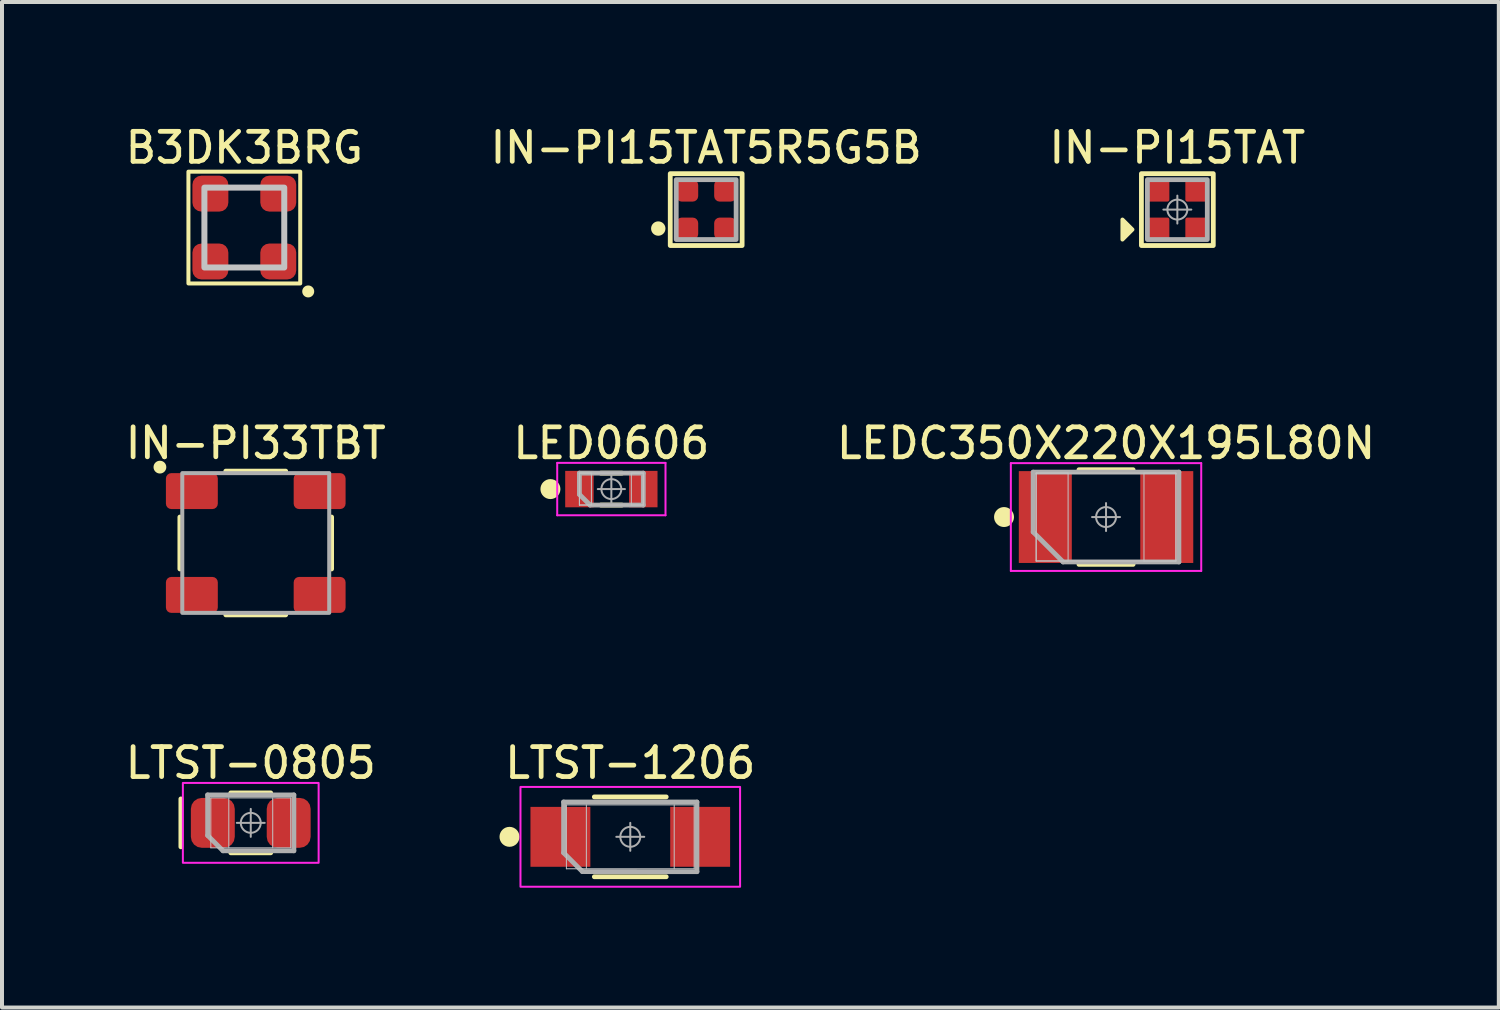
<source format=kicad_pcb>
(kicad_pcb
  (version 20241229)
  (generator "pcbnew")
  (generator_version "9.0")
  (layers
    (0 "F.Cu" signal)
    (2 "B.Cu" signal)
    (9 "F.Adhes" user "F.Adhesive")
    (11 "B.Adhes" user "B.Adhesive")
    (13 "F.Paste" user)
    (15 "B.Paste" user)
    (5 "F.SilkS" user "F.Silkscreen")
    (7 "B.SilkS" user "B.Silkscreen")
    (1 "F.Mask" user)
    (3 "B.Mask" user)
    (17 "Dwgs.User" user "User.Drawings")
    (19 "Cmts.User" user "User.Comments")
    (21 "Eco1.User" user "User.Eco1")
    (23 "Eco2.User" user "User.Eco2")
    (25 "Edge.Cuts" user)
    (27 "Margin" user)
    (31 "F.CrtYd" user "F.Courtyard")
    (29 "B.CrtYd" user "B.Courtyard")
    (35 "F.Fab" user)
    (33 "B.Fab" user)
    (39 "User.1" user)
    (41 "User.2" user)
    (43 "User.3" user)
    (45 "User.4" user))
  (footprint "LED0606"
    (layer "F.Cu")
    (at 12.261 9.199)
    (property "Reference" "LED0606" (at 0 -1.15 0) (layer "F.SilkS") (effects (font (size 0.75 0.75) (thickness 0.12))))
    (attr smd)
    (fp_line (start -0.264 -0.4) (end 0.264 -0.4) (stroke (width 0.12) (type solid)) (layer "F.SilkS"))
    (fp_line (start -0.264 0.4) (end 0.264 0.4) (stroke (width 0.12) (type solid)) (layer "F.SilkS"))
    (fp_circle (center -1.526 0) (end -1.526 0.125) (stroke (width 0.25) (type solid)) (fill no) (layer "F.SilkS"))
    (fp_line (start -0.8 -0.4) (end -0.5 -0.4) (stroke (width 0.025) (type solid)) (layer "Dwgs.User"))
    (fp_line (start -0.8 -0.4) (end 0.8 -0.4) (stroke (width 0.025) (type solid)) (layer "Dwgs.User"))
    (fp_line (start -0.8 0.4) (end -0.8 -0.4) (stroke (width 0.025) (type solid)) (layer "Dwgs.User"))
    (fp_line (start -0.8 0.4) (end -0.8 -0.4) (stroke (width 0.025) (type solid)) (layer "Dwgs.User"))
    (fp_line (start -0.5 -0.4) (end -0.5 0.4) (stroke (width 0.025) (type solid)) (layer "Dwgs.User"))
    (fp_line (start -0.5 0.4) (end -0.8 0.4) (stroke (width 0.025) (type solid)) (layer "Dwgs.User"))
    (fp_line (start 0.5 -0.4) (end 0.8 -0.4) (stroke (width 0.025) (type solid)) (layer "Dwgs.User"))
    (fp_line (start 0.5 0.4) (end 0.5 -0.4) (stroke (width 0.025) (type solid)) (layer "Dwgs.User"))
    (fp_line (start 0.8 -0.4) (end 0.8 0.4) (stroke (width 0.025) (type solid)) (layer "Dwgs.User"))
    (fp_line (start 0.8 -0.4) (end 0.8 0.4) (stroke (width 0.025) (type solid)) (layer "Dwgs.User"))
    (fp_line (start 0.8 0.4) (end -0.8 0.4) (stroke (width 0.025) (type solid)) (layer "Dwgs.User"))
    (fp_line (start 0.8 0.4) (end 0.5 0.4) (stroke (width 0.025) (type solid)) (layer "Dwgs.User"))
    (fp_line (start -1.356 -0.656) (end 1.356 -0.656) (stroke (width 0.05) (type solid)) (layer "F.CrtYd"))
    (fp_line (start -1.356 0.656) (end -1.356 -0.656) (stroke (width 0.05) (type solid)) (layer "F.CrtYd"))
    (fp_line (start 1.356 -0.656) (end 1.356 0.656) (stroke (width 0.05) (type solid)) (layer "F.CrtYd"))
    (fp_line (start 1.356 0.656) (end -1.356 0.656) (stroke (width 0.05) (type solid)) (layer "F.CrtYd"))
    (fp_line (start -0.8 -0.4) (end -0.8 0.133) (stroke (width 0.12) (type solid)) (layer "F.Fab"))
    (fp_line (start -0.8 0.133) (end -0.533 0.4) (stroke (width 0.12) (type solid)) (layer "F.Fab"))
    (fp_line (start -0.533 0.4) (end 0.8 0.4) (stroke (width 0.12) (type solid)) (layer "F.Fab"))
    (fp_line (start 0 -0.34) (end 0 0.34) (stroke (width 0.05) (type solid)) (layer "F.Fab"))
    (fp_line (start 0.34 0) (end -0.34 0) (stroke (width 0.05) (type solid)) (layer "F.Fab"))
    (fp_line (start 0.8 -0.4) (end -0.8 -0.4) (stroke (width 0.12) (type solid)) (layer "F.Fab"))
    (fp_line (start 0.8 0.4) (end 0.8 -0.4) (stroke (width 0.12) (type solid)) (layer "F.Fab"))
    (fp_circle (center 0 0) (end 0.25 0) (stroke (width 0.05) (type solid)) (fill no) (layer "F.Fab"))
    (pad "1" smd rect (at -0.8 0) (size 0.712 0.912) (layers "F.Cu" "F.Mask" "F.Paste"))
    (pad "2" smd rect (at 0.8 0) (size 0.712 0.912) (layers "F.Cu" "F.Mask" "F.Paste")))
  (footprint "LTST-1206"
    (layer "F.Cu")
    (at 12.735 17.908)
    (property "Reference" "LTST-1206" (at 0 -1.85 0) (layer "F.SilkS") (effects (font (size 0.75 0.75) (thickness 0.12))))
    (attr smd)
    (fp_line (start -0.9 -1) (end 0.9 -1) (stroke (width 0.12) (type solid)) (layer "F.SilkS"))
    (fp_line (start -0.9 1) (end 0.9 1) (stroke (width 0.12) (type solid)) (layer "F.SilkS"))
    (fp_circle (center -3.025 0) (end -3.025 0.125) (stroke (width 0.25) (type solid)) (fill no) (layer "F.SilkS"))
    (fp_line (start -1.6 -0.8) (end -1.6 0.8) (stroke (width 0.025) (type solid)) (layer "Dwgs.User"))
    (fp_line (start -1.6 -0.8) (end 1.6 -0.8) (stroke (width 0.025) (type solid)) (layer "Dwgs.User"))
    (fp_line (start -1.1 -0.8) (end -1.1 0.8) (stroke (width 0.025) (type solid)) (layer "Dwgs.User"))
    (fp_line (start 1.1 0.8) (end 1.1 -0.8) (stroke (width 0.025) (type solid)) (layer "Dwgs.User"))
    (fp_line (start 1.6 -0.8) (end 1.6 0.8) (stroke (width 0.025) (type solid)) (layer "Dwgs.User"))
    (fp_line (start 1.6 0.8) (end -1.6 0.8) (stroke (width 0.025) (type solid)) (layer "Dwgs.User"))
    (fp_rect (start -2.75 -1.25) (end 2.75 1.25) (stroke (width 0.05) (type default)) (fill no) (layer "F.CrtYd"))
    (fp_line (start -1.67 -0.873) (end -1.67 0.4) (stroke (width 0.12) (type solid)) (layer "F.Fab"))
    (fp_line (start -1.67 0.4) (end -1.2 0.87) (stroke (width 0.12) (type solid)) (layer "F.Fab"))
    (fp_line (start -1.2 0.87) (end 1.67 0.873) (stroke (width 0.12) (type solid)) (layer "F.Fab"))
    (fp_line (start 0 -0.35) (end 0 0.35) (stroke (width 0.05) (type solid)) (layer "F.Fab"))
    (fp_line (start 0.35 0) (end -0.35 0) (stroke (width 0.05) (type solid)) (layer "F.Fab"))
    (fp_line (start 1.67 -0.873) (end -1.67 -0.873) (stroke (width 0.12) (type solid)) (layer "F.Fab"))
    (fp_line (start 1.67 0.873) (end 1.67 -0.87) (stroke (width 0.12) (type solid)) (layer "F.Fab"))
    (fp_circle (center 0 0) (end 0.25 0) (stroke (width 0.05) (type solid)) (fill no) (layer "F.Fab"))
    (pad "1" smd rect (at -1.75 0) (size 1.5 1.5) (layers "F.Cu" "F.Mask" "F.Paste"))
    (pad "2" smd rect (at 1.75 0) (size 1.5 1.5) (layers "F.Cu" "F.Mask" "F.Paste")))
  (footprint "IN-PI33TBT"
    (layer "F.Cu")
    (at 3.355 10.549)
    (property "Reference" "IN-PI33TBT" (at 0 -2.5 0) (unlocked yes) (layer "F.SilkS") (effects (font (size 0.75 0.75) (thickness 0.12))))
    (attr smd)
    (fp_line (start -1.9 0.65) (end -1.9 -0.65) (stroke (width 0.12) (type default)) (layer "F.SilkS"))
    (fp_line (start -0.75 -1.8) (end 0.75 -1.8) (stroke (width 0.12) (type default)) (layer "F.SilkS"))
    (fp_line (start -0.75 1.8) (end 0.75 1.8) (stroke (width 0.12) (type default)) (layer "F.SilkS"))
    (fp_line (start 1.9 0.65) (end 1.9 -0.65) (stroke (width 0.12) (type default)) (layer "F.SilkS"))
    (fp_circle (center -2.4 -1.9) (end -2.4 -1.8) (stroke (width 0.12) (type solid)) (fill yes) (layer "F.SilkS"))
    (fp_rect (start -1.84 -1.75) (end 1.84 1.75) (stroke (width 0.1) (type solid)) (fill no) (layer "F.Fab"))
    (pad "1" smd roundrect (at -1.6 -1.3) (size 1.3 0.9) (layers "F.Cu" "F.Mask" "F.Paste") (roundrect_rratio 0.15))
    (pad "2" smd roundrect (at -1.6 1.3) (size 1.3 0.9) (layers "F.Cu" "F.Mask" "F.Paste") (roundrect_rratio 0.15))
    (pad "3" smd roundrect (at 1.6 1.3) (size 1.3 0.9) (layers "F.Cu" "F.Mask" "F.Paste") (roundrect_rratio 0.15))
    (pad "4" smd roundrect (at 1.6 -1.3) (size 1.3 0.9) (layers "F.Cu" "F.Mask" "F.Paste") (roundrect_rratio 0.15)))
  (footprint "B3DK3BRG"
    (layer "F.Cu")
    (at 3.069 2.649)
    (property "Reference" "B3DK3BRG" (at 0 -2 0) (unlocked yes) (layer "F.SilkS") (effects (font (size 0.75 0.75) (thickness 0.12))))
    (attr smd)
    (fp_rect (start -1.4 -1.4) (end 1.4 1.4) (stroke (width 0.1) (type default)) (fill no) (layer "F.SilkS"))
    (fp_circle (center 1.6 1.6) (end 1.7 1.6) (stroke (width 0.1) (type solid)) (fill yes) (layer "F.SilkS"))
    (fp_rect (start -1 -1) (end 1 1) (stroke (width 0.15) (type default)) (fill no) (layer "Dwgs.User"))
    (pad "1" smd roundrect (at 0.85 0.85) (size 0.9 0.9) (layers "F.Cu" "F.Mask" "F.Paste") (roundrect_rratio 0.25))
    (pad "2" smd roundrect (at -0.85 0.85) (size 0.9 0.9) (layers "F.Cu" "F.Mask" "F.Paste") (roundrect_rratio 0.25))
    (pad "3" smd roundrect (at -0.85 -0.85) (size 0.9 0.9) (layers "F.Cu" "F.Mask" "F.Paste") (roundrect_rratio 0.25))
    (pad "4" smd roundrect (at 0.85 -0.85) (size 0.9 0.9) (layers "F.Cu" "F.Mask" "F.Paste") (roundrect_rratio 0.25)))
  (footprint "LEDC350X220X195L80N"
    (layer "F.Cu")
    (at 24.65 9.899)
    (property "Reference" "LEDC350X220X195L80N" (at 0 -1.85 0) (layer "F.SilkS") (effects (font (size 0.75 0.75) (thickness 0.12))))
    (attr smd)
    (fp_line (start -0.678 -1.185) (end 0.678 -1.185) (stroke (width 0.12) (type solid)) (layer "F.SilkS"))
    (fp_line (start -0.678 1.185) (end 0.678 1.185) (stroke (width 0.12) (type solid)) (layer "F.SilkS"))
    (fp_circle (center -2.555 0) (end -2.555 0.125) (stroke (width 0.25) (type solid)) (fill no) (layer "F.SilkS"))
    (fp_line (start -1.75 -1.1) (end -0.95 -1.1) (stroke (width 0.025) (type solid)) (layer "Dwgs.User"))
    (fp_line (start -1.75 -1.1) (end 1.75 -1.1) (stroke (width 0.025) (type solid)) (layer "Dwgs.User"))
    (fp_line (start -1.75 1.1) (end -1.75 -1.1) (stroke (width 0.025) (type solid)) (layer "Dwgs.User"))
    (fp_line (start -1.75 1.1) (end -1.75 -1.1) (stroke (width 0.025) (type solid)) (layer "Dwgs.User"))
    (fp_line (start -0.95 -1.1) (end -0.95 1.1) (stroke (width 0.025) (type solid)) (layer "Dwgs.User"))
    (fp_line (start -0.95 1.1) (end -1.75 1.1) (stroke (width 0.025) (type solid)) (layer "Dwgs.User"))
    (fp_line (start 0.95 -1.1) (end 1.75 -1.1) (stroke (width 0.025) (type solid)) (layer "Dwgs.User"))
    (fp_line (start 0.95 1.1) (end 0.95 -1.1) (stroke (width 0.025) (type solid)) (layer "Dwgs.User"))
    (fp_line (start 1.75 -1.1) (end 1.75 1.1) (stroke (width 0.025) (type solid)) (layer "Dwgs.User"))
    (fp_line (start 1.75 -1.1) (end 1.75 1.1) (stroke (width 0.025) (type solid)) (layer "Dwgs.User"))
    (fp_line (start 1.75 1.1) (end -1.75 1.1) (stroke (width 0.025) (type solid)) (layer "Dwgs.User"))
    (fp_line (start 1.75 1.1) (end 0.95 1.1) (stroke (width 0.025) (type solid)) (layer "Dwgs.User"))
    (fp_line (start -2.384 -1.35) (end 2.384 -1.35) (stroke (width 0.05) (type solid)) (layer "F.CrtYd"))
    (fp_line (start -2.384 1.35) (end -2.384 -1.35) (stroke (width 0.05) (type solid)) (layer "F.CrtYd"))
    (fp_line (start 2.384 -1.35) (end 2.384 1.35) (stroke (width 0.05) (type solid)) (layer "F.CrtYd"))
    (fp_line (start 2.384 1.35) (end -2.384 1.35) (stroke (width 0.05) (type solid)) (layer "F.CrtYd"))
    (fp_line (start -1.825 -1.125) (end -1.825 0.375) (stroke (width 0.12) (type solid)) (layer "F.Fab"))
    (fp_line (start -1.825 0.375) (end -1.075 1.125) (stroke (width 0.12) (type solid)) (layer "F.Fab"))
    (fp_line (start -1.075 1.125) (end 1.825 1.125) (stroke (width 0.12) (type solid)) (layer "F.Fab"))
    (fp_line (start 0 -0.35) (end 0 0.35) (stroke (width 0.05) (type solid)) (layer "F.Fab"))
    (fp_line (start 0.35 0) (end -0.35 0) (stroke (width 0.05) (type solid)) (layer "F.Fab"))
    (fp_line (start 1.825 -1.125) (end -1.825 -1.125) (stroke (width 0.12) (type solid)) (layer "F.Fab"))
    (fp_line (start 1.825 1.125) (end 1.825 -1.125) (stroke (width 0.12) (type solid)) (layer "F.Fab"))
    (fp_circle (center 0 0) (end 0.25 0) (stroke (width 0.05) (type solid)) (fill no) (layer "F.Fab"))
    (pad "1" smd rect (at -1.521 0) (size 1.327 2.3) (layers "F.Cu" "F.Mask" "F.Paste"))
    (pad "2" smd rect (at 1.521 0) (size 1.327 2.3) (layers "F.Cu" "F.Mask" "F.Paste")))
  (footprint "LTST-0805"
    (layer "F.Cu")
    (at 3.23 17.558)
    (property "Reference" "LTST-0805" (at 0 -1.5 0) (layer "F.SilkS") (effects (font (size 0.75 0.75) (thickness 0.12))))
    (attr smd)
    (fp_line (start -1.75 0.6) (end -1.75 -0.6) (stroke (width 0.12) (type solid)) (layer "F.SilkS"))
    (fp_line (start -0.5 -0.75) (end 0.5 -0.75) (stroke (width 0.12) (type solid)) (layer "F.SilkS"))
    (fp_line (start -0.5 0.75) (end 0.5 0.75) (stroke (width 0.12) (type solid)) (layer "F.SilkS"))
    (fp_line (start -1 -0.625) (end -1 0.625) (stroke (width 0.025) (type solid)) (layer "Dwgs.User"))
    (fp_line (start -1 -0.625) (end 1 -0.625) (stroke (width 0.025) (type solid)) (layer "Dwgs.User"))
    (fp_line (start -0.55 -0.625) (end -0.55 0.625) (stroke (width 0.025) (type solid)) (layer "Dwgs.User"))
    (fp_line (start 0.55 0.625) (end 0.55 -0.625) (stroke (width 0.025) (type solid)) (layer "Dwgs.User"))
    (fp_line (start 1 -0.625) (end 1 0.625) (stroke (width 0.025) (type solid)) (layer "Dwgs.User"))
    (fp_line (start 1 0.625) (end -1 0.625) (stroke (width 0.025) (type solid)) (layer "Dwgs.User"))
    (fp_rect (start -1.7 -1) (end 1.7 1) (stroke (width 0.05) (type default)) (fill no) (layer "F.CrtYd"))
    (fp_line (start -1.08 -0.7) (end -1.08 0.315) (stroke (width 0.12) (type solid)) (layer "F.Fab"))
    (fp_line (start -1.08 0.315) (end -0.695 0.7) (stroke (width 0.12) (type solid)) (layer "F.Fab"))
    (fp_line (start -0.695 0.7) (end 1.08 0.7) (stroke (width 0.12) (type solid)) (layer "F.Fab"))
    (fp_line (start 0 -0.35) (end 0 0.35) (stroke (width 0.05) (type solid)) (layer "F.Fab"))
    (fp_line (start 0.35 0) (end -0.35 0) (stroke (width 0.05) (type solid)) (layer "F.Fab"))
    (fp_line (start 1.08 -0.7) (end -1.08 -0.7) (stroke (width 0.12) (type solid)) (layer "F.Fab"))
    (fp_line (start 1.08 0.7) (end 1.08 -0.7) (stroke (width 0.12) (type solid)) (layer "F.Fab"))
    (fp_circle (center 0 0) (end 0.25 0) (stroke (width 0.05) (type solid)) (fill no) (layer "F.Fab"))
    (pad "1" smd roundrect (at -0.95 0) (size 1.1 1.25) (layers "F.Cu" "F.Mask" "F.Paste") (roundrect_rratio 0.25))
    (pad "2" smd roundrect (at 0.95 0) (size 1.1 1.25) (layers "F.Cu" "F.Mask" "F.Paste") (roundrect_rratio 0.25)))
  (footprint "IN-PI15TAT"
    (layer "F.Cu")
    (at 26.436 2.199)
    (property "Reference" "IN-PI15TAT" (at 0 -1.55 0) (unlocked yes) (layer "F.SilkS") (effects (font (size 0.75 0.75) (thickness 0.12))))
    (attr smd)
    (fp_rect (start -0.9 -0.9) (end 0.9 0.9) (stroke (width 0.12) (type default)) (fill no) (layer "F.SilkS"))
    (fp_poly (pts (xy -1.125 0.5) (xy -1.375 0.75) (xy -1.375 0.25)) (stroke (width 0.1) (type solid)) (fill yes) (layer "F.SilkS"))
    (fp_line (start 0 -0.35) (end 0 0.35) (stroke (width 0.05) (type solid)) (layer "F.Fab"))
    (fp_line (start 0.35 0) (end -0.35 0) (stroke (width 0.05) (type solid)) (layer "F.Fab"))
    (fp_rect (start -0.75 -0.75) (end 0.75 0.75) (stroke (width 0.12) (type default)) (fill no) (layer "F.Fab"))
    (fp_circle (center 0 0) (end 0.25 0) (stroke (width 0.05) (type solid)) (fill no) (layer "F.Fab"))
    (pad "1" smd roundrect (at -0.475 0.475) (size 0.55 0.55) (layers "F.Cu" "F.Mask" "F.Paste") (roundrect_rratio 0.091))
    (pad "2" smd roundrect (at 0.475 0.475) (size 0.55 0.55) (layers "F.Cu" "F.Mask" "F.Paste") (roundrect_rratio 0.091))
    (pad "3" smd roundrect (at 0.475 -0.475) (size 0.55 0.55) (layers "F.Cu" "F.Mask" "F.Paste") (roundrect_rratio 0.091))
    (pad "4" smd roundrect (at -0.475 -0.475) (size 0.55 0.55) (layers "F.Cu" "F.Mask" "F.Paste") (roundrect_rratio 0.091)))
  (footprint "IN-PI15TAT5R5G5B"
    (layer "F.Cu")
    (at 14.636 2.199)
    (property "Reference" "IN-PI15TAT5R5G5B" (at 0 -1.55 0) (unlocked yes) (layer "F.SilkS") (effects (font (size 0.75 0.75) (thickness 0.12))))
    (attr smd)
    (fp_rect (start -0.9 -0.9) (end 0.9 0.9) (stroke (width 0.12) (type default)) (fill no) (layer "F.SilkS"))
    (fp_circle (center -1.2 0.475) (end -1.08 0.475) (stroke (width 0.12) (type solid)) (fill yes) (layer "F.SilkS"))
    (fp_rect (start -0.75 -0.75) (end 0.75 0.75) (stroke (width 0.12) (type default)) (fill no) (layer "F.Fab"))
    (pad "1" smd roundrect (at -0.475 0.475) (size 0.55 0.55) (layers "F.Cu" "F.Mask" "F.Paste") (roundrect_rratio 0.25))
    (pad "2" smd roundrect (at 0.475 0.475) (size 0.55 0.55) (layers "F.Cu" "F.Mask" "F.Paste") (roundrect_rratio 0.25))
    (pad "3" smd roundrect (at 0.475 -0.475) (size 0.55 0.55) (layers "F.Cu" "F.Mask" "F.Paste") (roundrect_rratio 0.25))
    (pad "4" smd roundrect (at -0.475 -0.475) (size 0.55 0.55) (layers "F.Cu" "F.Mask" "F.Paste") (roundrect_rratio 0.25)))
  (gr_rect
    (start -3 -3)
    (end 34.487 22.183)
    (stroke (width 0.1) (type default))
    (fill no)
    (layer "Edge.Cuts")))
</source>
